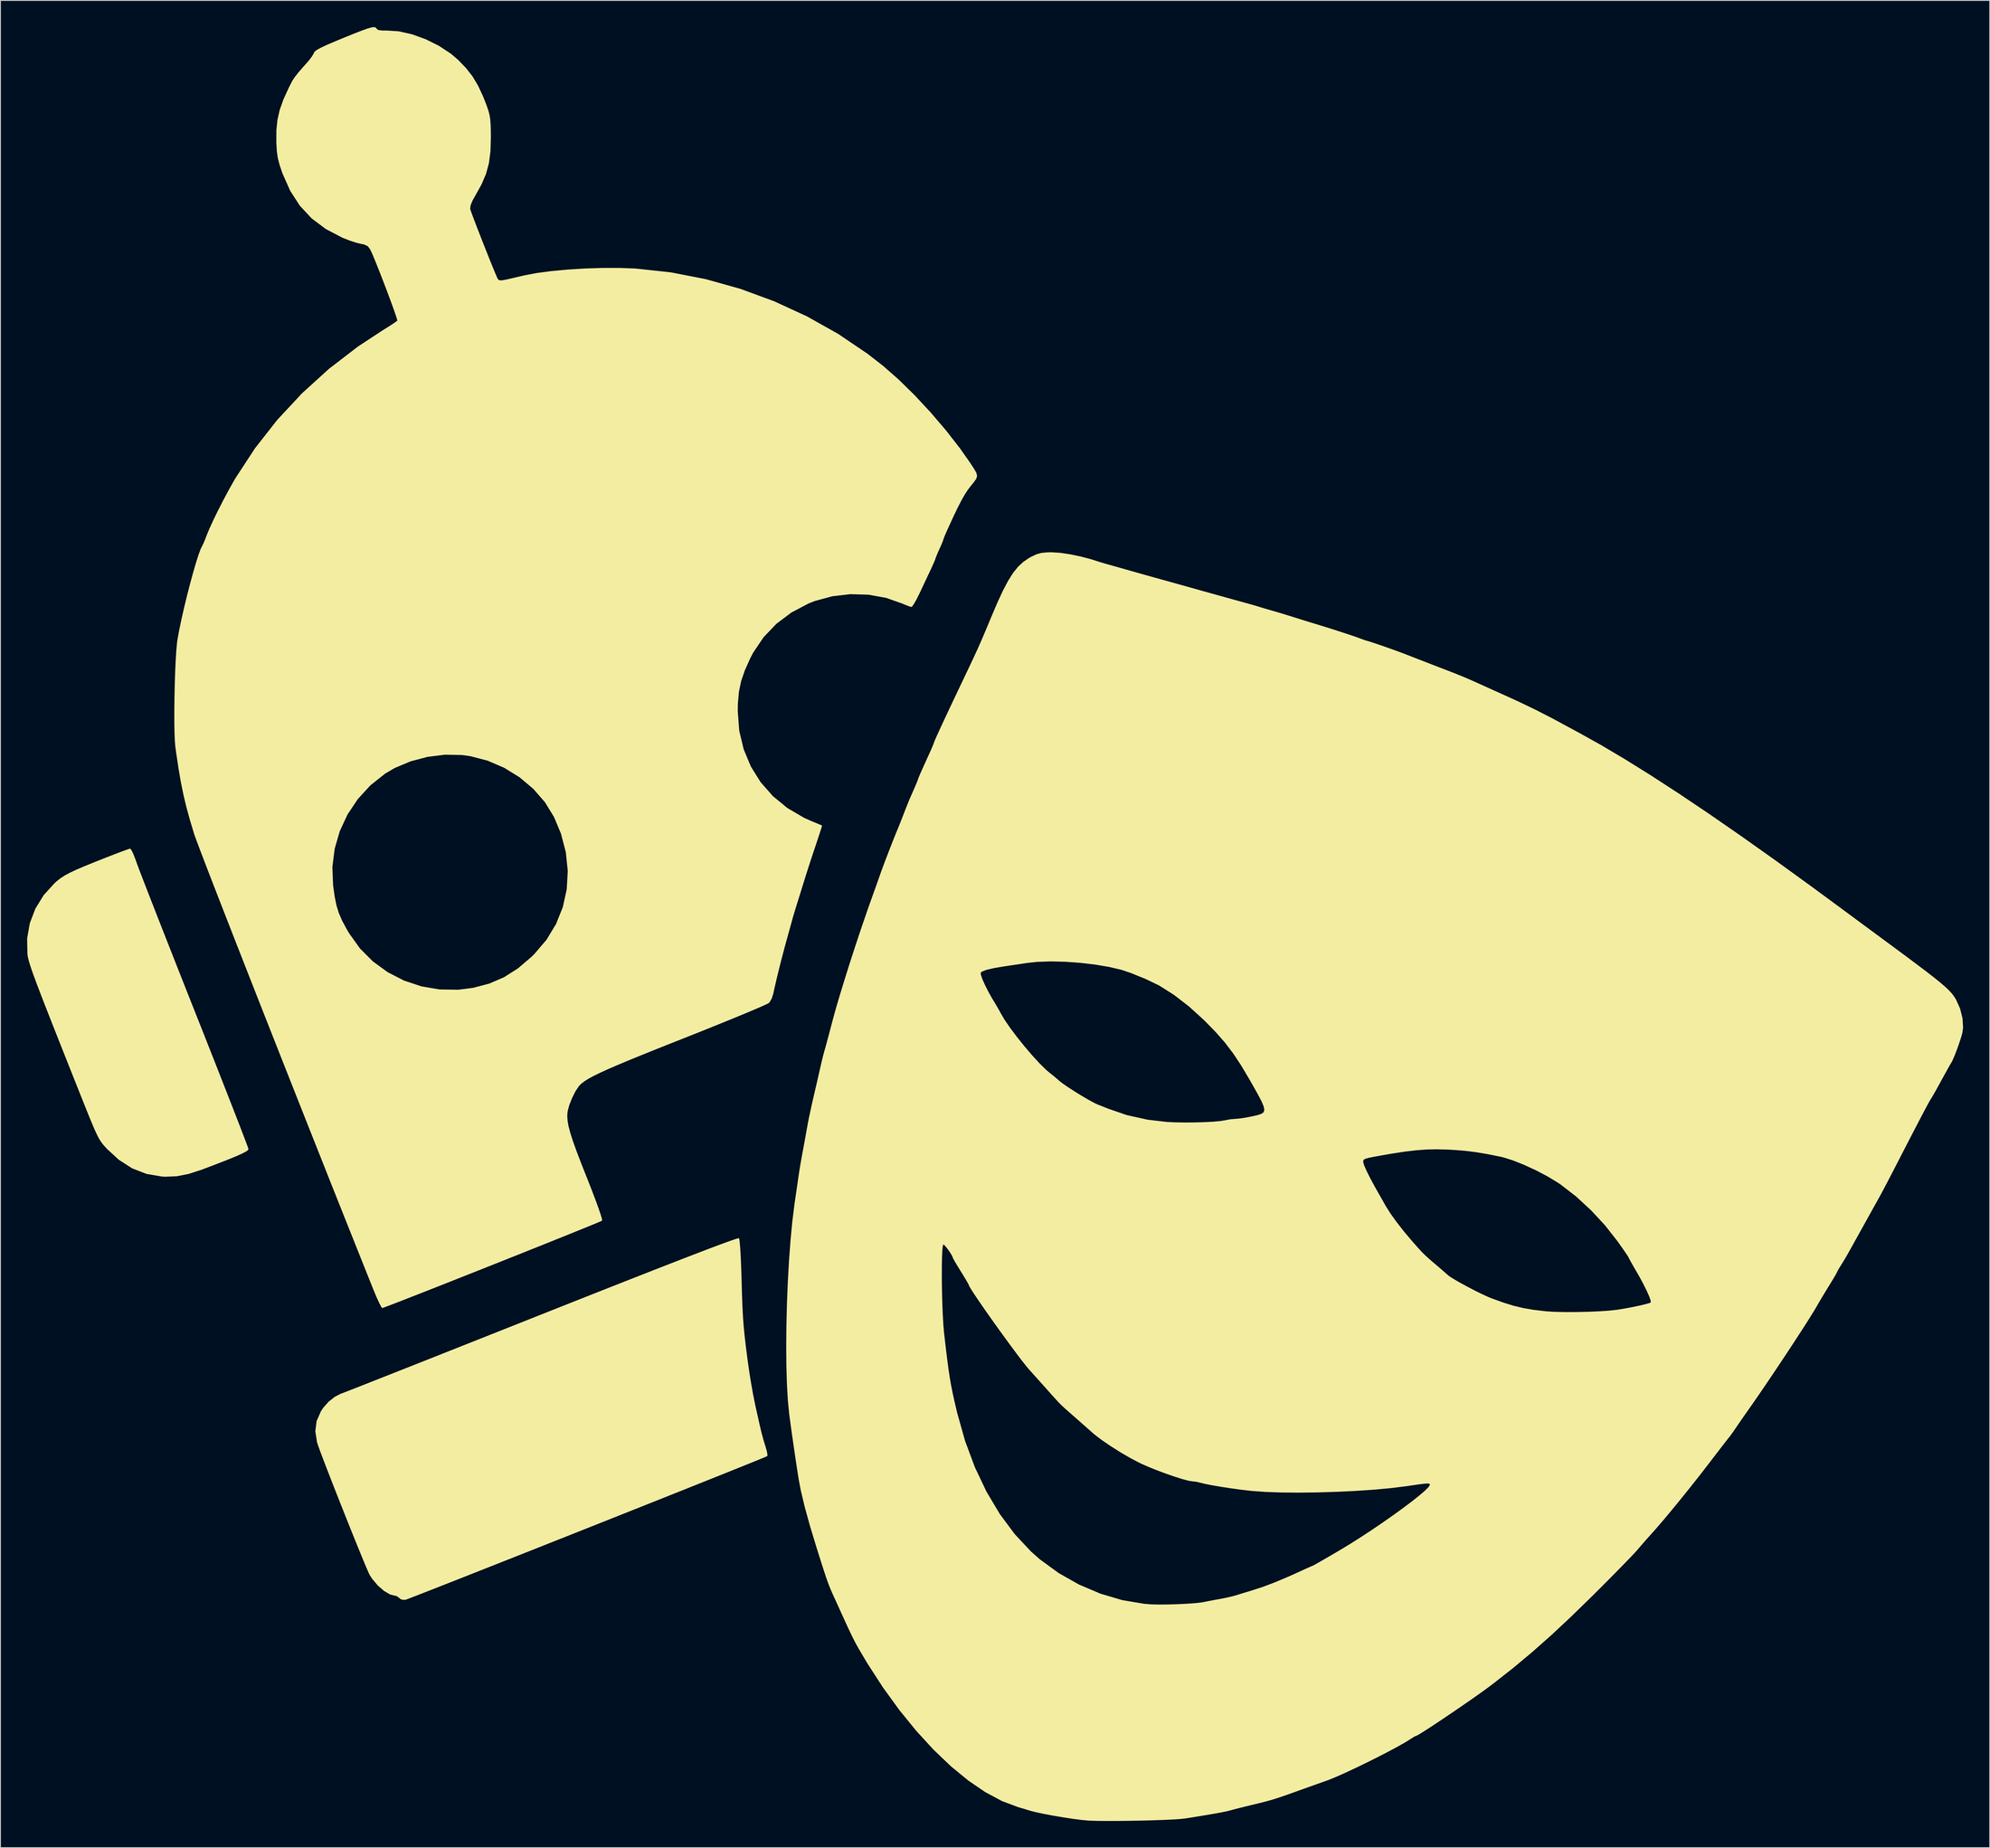
<source format=kicad_pcb>
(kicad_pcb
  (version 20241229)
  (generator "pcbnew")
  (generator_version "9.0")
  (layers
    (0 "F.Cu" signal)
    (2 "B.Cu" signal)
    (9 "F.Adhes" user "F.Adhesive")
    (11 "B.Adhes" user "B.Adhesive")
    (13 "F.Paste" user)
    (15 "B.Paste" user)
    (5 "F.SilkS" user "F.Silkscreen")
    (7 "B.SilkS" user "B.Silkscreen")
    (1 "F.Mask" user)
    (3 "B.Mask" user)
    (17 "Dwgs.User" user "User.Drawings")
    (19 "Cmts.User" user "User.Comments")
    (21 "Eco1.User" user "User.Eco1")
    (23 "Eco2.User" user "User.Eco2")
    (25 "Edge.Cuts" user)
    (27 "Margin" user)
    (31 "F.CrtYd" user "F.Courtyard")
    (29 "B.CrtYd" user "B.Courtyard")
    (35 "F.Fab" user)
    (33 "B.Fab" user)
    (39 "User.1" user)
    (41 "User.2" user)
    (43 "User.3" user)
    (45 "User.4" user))
  (footprint "robotlogoEdwin"
    (layer "F.Cu")
    (at 108.256 101.556)
    (property "Reference" "robotlogoEdwin" (at 0 0 0) (layer "F.SilkS") (effects (font (size 1.5 1.5) (thickness 0.3))))
    (attr board_only exclude_from_pos_files exclude_from_bom)
    (fp_poly (pts (xy -96.527 -8.964) (xy -96.318 -8.542) (xy -96.078 -7.934) (xy -95.978 -7.647) (xy -95.839 -7.264) (xy -95.579 -6.575) (xy -95.207 -5.607) (xy -94.734 -4.384) (xy -94.169 -2.935) (xy -93.524 -1.284) (xy -92.808 0.541) (xy -92.032 2.515) (xy -91.206 4.611) (xy -90.34 6.804) (xy -89.444 9.066) (xy -89.419 9.128) (xy -88.536 11.358) (xy -87.692 13.497) (xy -86.895 15.52) (xy -86.156 17.403) (xy -85.483 19.122) (xy -84.885 20.655) (xy -84.373 21.977) (xy -83.955 23.064) (xy -83.64 23.893) (xy -83.437 24.441) (xy -83.357 24.682) (xy -83.355 24.69) (xy -83.431 24.817) (xy -83.676 24.987) (xy -84.118 25.214) (xy -84.784 25.509) (xy -85.701 25.884) (xy -86.898 26.351) (xy -88.401 26.923) (xy -88.632 27.009) (xy -90.108 27.489) (xy -91.435 27.744) (xy -92.725 27.795) (xy -93.104 27.774) (xy -94.832 27.479) (xy -96.441 26.852) (xy -97.942 25.888) (xy -99.238 24.697) (xy -99.513 24.401) (xy -99.748 24.129) (xy -99.96 23.843) (xy -100.17 23.502) (xy -100.396 23.069) (xy -100.657 22.502) (xy -100.973 21.764) (xy -101.363 20.814) (xy -101.845 19.614) (xy -102.439 18.123) (xy -102.485 18.008) (xy -103.488 15.486) (xy -104.366 13.274) (xy -105.128 11.35) (xy -105.781 9.69) (xy -106.335 8.273) (xy -106.798 7.077) (xy -107.177 6.078) (xy -107.482 5.254) (xy -107.722 4.584) (xy -107.903 4.045) (xy -108.035 3.614) (xy -108.127 3.269) (xy -108.186 2.988) (xy -108.218 2.773) (xy -108.256 1.004) (xy -107.953 -0.723) (xy -107.326 -2.366) (xy -106.392 -3.884) (xy -105.168 -5.234) (xy -104.896 -5.475) (xy -104.492 -5.793) (xy -104.03 -6.093) (xy -103.455 -6.404) (xy -102.711 -6.753) (xy -101.744 -7.166) (xy -100.499 -7.671) (xy -100.394 -7.713) (xy -99.337 -8.132) (xy -98.388 -8.5) (xy -97.598 -8.8) (xy -97.02 -9.012) (xy -96.705 -9.115) (xy -96.667 -9.123)) (stroke (width 0) (type solid)) (fill yes) (layer "F.SilkS"))
    (fp_poly (pts (xy -28.125 34.937) (xy -28.068 35.478) (xy -28.011 36.291) (xy -27.958 37.333) (xy -27.912 38.563) (xy -27.885 39.491) (xy -27.84 41.068) (xy -27.792 42.38) (xy -27.732 43.52) (xy -27.655 44.579) (xy -27.551 45.651) (xy -27.415 46.829) (xy -27.24 48.203) (xy -27.168 48.743) (xy -27.003 49.882) (xy -26.8 51.122) (xy -26.584 52.33) (xy -26.376 53.374) (xy -26.293 53.751) (xy -26.171 54.291) (xy -26.007 55.023) (xy -25.837 55.792) (xy -25.834 55.808) (xy -25.635 56.636) (xy -25.405 57.483) (xy -25.205 58.128) (xy -25.045 58.676) (xy -24.977 59.084) (xy -25.001 59.233) (xy -25.18 59.313) (xy -25.667 59.515) (xy -26.438 59.829) (xy -27.467 60.245) (xy -28.73 60.753) (xy -30.202 61.344) (xy -31.859 62.007) (xy -33.676 62.733) (xy -35.628 63.512) (xy -37.691 64.334) (xy -39.839 65.189) (xy -42.049 66.068) (xy -44.295 66.961) (xy -46.552 67.857) (xy -48.797 68.748) (xy -51.004 69.623) (xy -53.149 70.473) (xy -55.207 71.287) (xy -57.153 72.056) (xy -58.962 72.771) (xy -60.611 73.42) (xy -62.074 73.995) (xy -63.326 74.486) (xy -64.343 74.883) (xy -65.1 75.176) (xy -65.573 75.355) (xy -65.73 75.41) (xy -66.168 75.37) (xy -66.352 75.228) (xy -66.661 74.994) (xy -66.838 74.948) (xy -67.434 74.799) (xy -68.116 74.392) (xy -68.806 73.791) (xy -69.429 73.056) (xy -69.712 72.623) (xy -69.857 72.321) (xy -70.113 71.73) (xy -70.463 70.893) (xy -70.89 69.854) (xy -71.375 68.657) (xy -71.903 67.347) (xy -72.455 65.966) (xy -73.013 64.559) (xy -73.561 63.17) (xy -74.08 61.843) (xy -74.554 60.622) (xy -74.965 59.551) (xy -75.296 58.673) (xy -75.528 58.033) (xy -75.642 57.687) (xy -75.836 56.443) (xy -75.691 55.288) (xy -75.2 54.178) (xy -74.932 53.775) (xy -74.341 53.112) (xy -73.642 52.557) (xy -72.963 52.209) (xy -72.891 52.187) (xy -72.684 52.109) (xy -72.164 51.907) (xy -71.351 51.589) (xy -70.265 51.162) (xy -68.926 50.633) (xy -67.352 50.012) (xy -65.565 49.305) (xy -63.583 48.521) (xy -61.427 47.666) (xy -59.115 46.75) (xy -56.669 45.78) (xy -54.107 44.763) (xy -51.449 43.707) (xy -50.446 43.309) (xy -46.799 41.861) (xy -43.475 40.546) (xy -40.476 39.364) (xy -37.802 38.315) (xy -35.454 37.399) (xy -33.433 36.616) (xy -31.738 35.967) (xy -30.372 35.452) (xy -29.334 35.072) (xy -28.626 34.826) (xy -28.248 34.714) (xy -28.181 34.711)) (stroke (width 0) (type solid)) (fill yes) (layer "F.SilkS"))
    (fp_poly (pts (xy -69.053 -101.512) (xy -68.957 -101.396) (xy -68.944 -101.366) (xy -68.73 -101.219) (xy -68.217 -101.166) (xy -67.838 -101.172) (xy -66.455 -101.084) (xy -64.95 -100.744) (xy -63.412 -100.187) (xy -61.93 -99.449) (xy -60.591 -98.566) (xy -59.806 -97.9) (xy -58.891 -96.956) (xy -58.151 -96.009) (xy -57.524 -94.96) (xy -56.947 -93.713) (xy -56.603 -92.835) (xy -56.39 -92.233) (xy -56.246 -91.707) (xy -56.158 -91.158) (xy -56.111 -90.487) (xy -56.091 -89.595) (xy -56.088 -89.168) (xy -56.134 -87.594) (xy -56.306 -86.255) (xy -56.632 -85.046) (xy -57.139 -83.859) (xy -57.712 -82.824) (xy -58.139 -82.062) (xy -58.367 -81.521) (xy -58.418 -81.144) (xy -58.403 -81.06) (xy -58.304 -80.76) (xy -58.098 -80.197) (xy -57.808 -79.432) (xy -57.457 -78.524) (xy -57.07 -77.533) (xy -56.67 -76.519) (xy -56.28 -75.541) (xy -55.925 -74.66) (xy -55.627 -73.935) (xy -55.411 -73.427) (xy -55.301 -73.197) (xy -55.132 -73.071) (xy -54.805 -73.066) (xy -54.273 -73.169) (xy -53.581 -73.329) (xy -52.772 -73.517) (xy -52.32 -73.621) (xy -50.95 -73.882) (xy -49.307 -74.101) (xy -47.473 -74.273) (xy -45.534 -74.394) (xy -43.57 -74.458) (xy -41.666 -74.46) (xy -39.905 -74.395) (xy -39.799 -74.388) (xy -35.852 -73.962) (xy -31.914 -73.196) (xy -28.023 -72.106) (xy -24.219 -70.706) (xy -20.541 -69.012) (xy -17.03 -67.04) (xy -13.723 -64.805) (xy -11.985 -63.452) (xy -10.238 -61.919) (xy -8.423 -60.14) (xy -6.615 -58.196) (xy -4.886 -56.171) (xy -3.311 -54.146) (xy -2.187 -52.546) (xy -1.74 -51.867) (xy -1.477 -51.401) (xy -1.395 -51.054) (xy -1.49 -50.736) (xy -1.76 -50.352) (xy -2.084 -49.953) (xy -2.434 -49.494) (xy -2.781 -48.964) (xy -3.151 -48.314) (xy -3.572 -47.494) (xy -4.071 -46.454) (xy -4.674 -45.142) (xy -4.804 -44.854) (xy -5.021 -44.356) (xy -5.16 -44.002) (xy -5.187 -43.904) (xy -5.256 -43.699) (xy -5.435 -43.27) (xy -5.635 -42.823) (xy -5.872 -42.288) (xy -6.034 -41.892) (xy -6.082 -41.742) (xy -6.153 -41.54) (xy -6.339 -41.109) (xy -6.6 -40.542) (xy -6.601 -40.54) (xy -6.923 -39.858) (xy -7.325 -39.004) (xy -7.734 -38.133) (xy -7.855 -37.876) (xy -8.187 -37.206) (xy -8.484 -36.679) (xy -8.701 -36.367) (xy -8.776 -36.311) (xy -9.038 -36.381) (xy -9.493 -36.558) (xy -9.773 -36.68) (xy -11.622 -37.334) (xy -13.603 -37.691) (xy -15.646 -37.752) (xy -17.683 -37.516) (xy -19.644 -36.984) (xy -20.355 -36.703) (xy -22.279 -35.69) (xy -23.972 -34.418) (xy -25.413 -32.907) (xy -26.581 -31.175) (xy -26.913 -30.538) (xy -27.524 -29.173) (xy -27.939 -27.957) (xy -28.188 -26.761) (xy -28.303 -25.457) (xy -28.319 -24.595) (xy -28.151 -22.39) (xy -27.656 -20.307) (xy -26.85 -18.369) (xy -25.751 -16.604) (xy -24.375 -15.035) (xy -22.739 -13.689) (xy -20.86 -12.589) (xy -20.101 -12.248) (xy -19.505 -12) (xy -19.058 -11.814) (xy -18.843 -11.725) (xy -18.836 -11.722) (xy -18.877 -11.557) (xy -19.013 -11.118) (xy -19.224 -10.47) (xy -19.488 -9.675) (xy -19.526 -9.565) (xy -19.853 -8.586) (xy -20.186 -7.577) (xy -20.479 -6.669) (xy -20.665 -6.082) (xy -20.929 -5.233) (xy -21.237 -4.242) (xy -21.529 -3.31) (xy -21.558 -3.22) (xy -21.793 -2.462) (xy -22.001 -1.773) (xy -22.149 -1.269) (xy -22.178 -1.163) (xy -22.305 -0.694) (xy -22.484 -0.047) (xy -22.623 0.447) (xy -23.072 2.085) (xy -23.498 3.716) (xy -23.878 5.246) (xy -24.188 6.581) (xy -24.324 7.219) (xy -24.502 7.759) (xy -24.756 8.188) (xy -24.798 8.234) (xy -25.023 8.358) (xy -25.55 8.6) (xy -26.348 8.946) (xy -27.385 9.384) (xy -28.632 9.899) (xy -30.055 10.481) (xy -31.626 11.115) (xy -33.311 11.789) (xy -34.523 12.269) (xy -36.759 13.156) (xy -38.686 13.928) (xy -40.328 14.597) (xy -41.708 15.172) (xy -42.853 15.667) (xy -43.787 16.091) (xy -44.534 16.457) (xy -45.119 16.775) (xy -45.566 17.058) (xy -45.901 17.315) (xy -46.149 17.558) (xy -46.177 17.591) (xy -46.568 18.175) (xy -46.959 18.952) (xy -47.279 19.766) (xy -47.458 20.451) (xy -47.497 20.919) (xy -47.469 21.443) (xy -47.364 22.064) (xy -47.168 22.819) (xy -46.872 23.748) (xy -46.464 24.889) (xy -45.932 26.282) (xy -45.304 27.869) (xy -44.795 29.16) (xy -44.357 30.31) (xy -44.002 31.28) (xy -43.745 32.032) (xy -43.599 32.53) (xy -43.577 32.736) (xy -43.577 32.736) (xy -43.763 32.824) (xy -44.25 33.03) (xy -45.006 33.342) (xy -45.999 33.746) (xy -47.198 34.231) (xy -48.571 34.784) (xy -50.085 35.392) (xy -51.709 36.042) (xy -53.411 36.721) (xy -55.159 37.417) (xy -56.921 38.118) (xy -58.666 38.81) (xy -60.361 39.481) (xy -61.975 40.119) (xy -63.475 40.71) (xy -64.83 41.241) (xy -66.009 41.701) (xy -66.978 42.077) (xy -67.707 42.356) (xy -68.164 42.524) (xy -68.314 42.572) (xy -68.436 42.415) (xy -68.656 41.988) (xy -68.945 41.353) (xy -69.273 40.572) (xy -69.314 40.47) (xy -70.362 37.853) (xy -71.45 35.129) (xy -72.571 32.318) (xy -73.717 29.44) (xy -74.878 26.516) (xy -76.048 23.566) (xy -77.219 20.611) (xy -78.382 17.67) (xy -79.53 14.764) (xy -80.654 11.914) (xy -81.747 9.139) (xy -82.8 6.459) (xy -83.806 3.896) (xy -84.756 1.469) (xy -85.643 -0.801) (xy -86.459 -2.894) (xy -87.196 -4.789) (xy -87.845 -6.467) (xy -88.067 -7.046) (xy -73.917 -7.046) (xy -73.839 -5.008) (xy -73.665 -3.754) (xy -73.462 -2.744) (xy -73.191 -1.865) (xy -72.816 -1.002) (xy -72.297 -0.041) (xy -72.043 0.392) (xy -70.826 2.099) (xy -69.366 3.567) (xy -67.701 4.78) (xy -65.868 5.723) (xy -63.906 6.377) (xy -61.852 6.727) (xy -59.745 6.755) (xy -58.093 6.544) (xy -56.265 6.065) (xy -54.6 5.346) (xy -53.034 4.349) (xy -51.502 3.04) (xy -51.218 2.761) (xy -49.828 1.131) (xy -48.752 -0.65) (xy -47.992 -2.554) (xy -47.553 -4.552) (xy -47.44 -6.614) (xy -47.656 -8.71) (xy -48.206 -10.812) (xy -48.986 -12.677) (xy -50.005 -14.341) (xy -51.308 -15.839) (xy -52.848 -17.138) (xy -54.576 -18.208) (xy -56.445 -19.014) (xy -58.407 -19.526) (xy -59.342 -19.655) (xy -61.262 -19.69) (xy -63.224 -19.444) (xy -65.135 -18.937) (xy -66.904 -18.193) (xy -67.972 -17.567) (xy -69.634 -16.249) (xy -71.053 -14.702) (xy -72.21 -12.968) (xy -73.086 -11.086) (xy -73.661 -9.099) (xy -73.917 -7.046) (xy -88.067 -7.046) (xy -88.398 -7.908) (xy -88.849 -9.09) (xy -89.188 -9.993) (xy -89.408 -10.598) (xy -89.484 -10.822) (xy -89.956 -12.395) (xy -90.345 -13.817) (xy -90.672 -15.184) (xy -90.958 -16.591) (xy -91.223 -18.132) (xy -91.488 -19.903) (xy -91.581 -20.57) (xy -91.639 -21.244) (xy -91.677 -22.208) (xy -91.696 -23.394) (xy -91.696 -24.736) (xy -91.679 -26.167) (xy -91.647 -27.619) (xy -91.601 -29.026) (xy -91.542 -30.32) (xy -91.471 -31.434) (xy -91.391 -32.301) (xy -91.343 -32.644) (xy -91.146 -33.716) (xy -90.893 -34.93) (xy -90.597 -36.23) (xy -90.274 -37.563) (xy -89.937 -38.874) (xy -89.602 -40.109) (xy -89.282 -41.212) (xy -88.991 -42.131) (xy -88.745 -42.809) (xy -88.557 -43.193) (xy -88.554 -43.198) (xy -88.423 -43.459) (xy -88.227 -43.931) (xy -88.099 -44.271) (xy -87.786 -45.04) (xy -87.331 -46.034) (xy -86.777 -47.171) (xy -86.166 -48.368) (xy -85.537 -49.542) (xy -84.934 -50.611) (xy -84.823 -50.8) (xy -82.616 -54.175) (xy -80.112 -57.366) (xy -77.332 -60.352) (xy -74.296 -63.111) (xy -71.027 -65.623) (xy -68.278 -67.428) (xy -67.613 -67.841) (xy -67.069 -68.196) (xy -66.714 -68.445) (xy -66.616 -68.531) (xy -66.656 -68.726) (xy -66.807 -69.196) (xy -67.048 -69.886) (xy -67.359 -70.739) (xy -67.717 -71.698) (xy -68.101 -72.708) (xy -68.489 -73.712) (xy -68.861 -74.653) (xy -69.194 -75.475) (xy -69.468 -76.123) (xy -69.661 -76.538) (xy -69.662 -76.54) (xy -69.936 -76.904) (xy -70.356 -77.101) (xy -70.693 -77.167) (xy -71.234 -77.297) (xy -71.954 -77.532) (xy -72.709 -77.826) (xy -72.806 -77.868) (xy -74.666 -78.841) (xy -76.25 -80.032) (xy -77.578 -81.46) (xy -78.666 -83.143) (xy -79.53 -85.093) (xy -79.848 -86.024) (xy -80.047 -86.788) (xy -80.16 -87.545) (xy -80.216 -88.452) (xy -80.222 -88.632) (xy -80.217 -89.939) (xy -80.097 -91.114) (xy -79.839 -92.248) (xy -79.417 -93.434) (xy -78.809 -94.762) (xy -78.438 -95.49) (xy -78.166 -95.906) (xy -77.727 -96.468) (xy -77.206 -97.068) (xy -77.095 -97.189) (xy -76.61 -97.74) (xy -76.229 -98.234) (xy -76.018 -98.584) (xy -75.997 -98.649) (xy -75.896 -98.812) (xy -75.627 -99.012) (xy -75.152 -99.268) (xy -74.434 -99.6) (xy -73.437 -100.025) (xy -72.8 -100.288) (xy -71.593 -100.779) (xy -70.674 -101.139) (xy -70.001 -101.381) (xy -69.534 -101.517) (xy -69.232 -101.556)) (stroke (width 0) (type solid)) (fill yes) (layer "F.SilkS"))
    (fp_poly (pts (xy 7.922 -42.405) (xy 9.073 -42.235) (xy 10.305 -41.979) (xy 11.491 -41.662) (xy 11.985 -41.502) (xy 12.41 -41.367) (xy 13.016 -41.187) (xy 13.415 -41.073) (xy 14.054 -40.893) (xy 14.885 -40.659) (xy 15.758 -40.411) (xy 16.009 -40.34) (xy 16.818 -40.111) (xy 17.584 -39.895) (xy 18.181 -39.728) (xy 18.335 -39.685) (xy 19.452 -39.375) (xy 20.893 -38.973) (xy 21.465 -38.813) (xy 22.09 -38.639) (xy 22.669 -38.477) (xy 22.806 -38.439) (xy 23.304 -38.299) (xy 23.946 -38.119) (xy 24.237 -38.037) (xy 24.961 -37.835) (xy 25.709 -37.627) (xy 25.937 -37.563) (xy 26.657 -37.364) (xy 27.41 -37.154) (xy 27.546 -37.116) (xy 28.266 -36.916) (xy 29.02 -36.708) (xy 29.156 -36.67) (xy 29.754 -36.501) (xy 30.28 -36.345) (xy 30.408 -36.305) (xy 30.823 -36.178) (xy 31.43 -36) (xy 31.929 -35.857) (xy 32.687 -35.635) (xy 33.572 -35.366) (xy 34.254 -35.152) (xy 35.102 -34.884) (xy 36.069 -34.585) (xy 36.848 -34.348) (xy 37.729 -34.078) (xy 38.684 -33.777) (xy 39.635 -33.47) (xy 40.503 -33.184) (xy 41.212 -32.943) (xy 41.681 -32.773) (xy 41.767 -32.738) (xy 42.244 -32.566) (xy 42.482 -32.499) (xy 42.803 -32.403) (xy 43.365 -32.219) (xy 44.071 -31.979) (xy 44.45 -31.847) (xy 45.349 -31.528) (xy 46.086 -31.26) (xy 46.819 -30.983) (xy 47.704 -30.64) (xy 47.849 -30.583) (xy 48.273 -30.418) (xy 48.891 -30.178) (xy 49.593 -29.906) (xy 50.269 -29.644) (xy 50.809 -29.435) (xy 51.068 -29.336) (xy 52.143 -28.921) (xy 53.017 -28.572) (xy 53.828 -28.23) (xy 54.711 -27.839) (xy 55.272 -27.586) (xy 56.026 -27.244) (xy 56.803 -26.894) (xy 57.329 -26.659) (xy 59.525 -25.659) (xy 61.476 -24.72) (xy 63.278 -23.794) (xy 63.947 -23.435) (xy 64.535 -23.116) (xy 65.296 -22.705) (xy 66.088 -22.278) (xy 66.273 -22.179) (xy 68.764 -20.791) (xy 71.468 -19.188) (xy 74.391 -17.366) (xy 77.537 -15.322) (xy 80.915 -13.052) (xy 84.528 -10.55) (xy 88.385 -7.814) (xy 92.49 -4.839) (xy 95.876 -2.345) (xy 96.769 -1.684) (xy 97.82 -0.907) (xy 98.9 -0.109) (xy 99.879 0.613) (xy 99.901 0.629) (xy 101.65 1.919) (xy 103.135 3.02) (xy 104.379 3.95) (xy 105.407 4.729) (xy 106.243 5.378) (xy 106.911 5.917) (xy 107.437 6.366) (xy 107.844 6.744) (xy 108.156 7.071) (xy 108.399 7.368) (xy 108.597 7.655) (xy 108.709 7.839) (xy 109.177 8.869) (xy 109.454 9.979) (xy 109.515 11.041) (xy 109.435 11.616) (xy 109.283 12.155) (xy 109.055 12.843) (xy 108.792 13.574) (xy 108.531 14.243) (xy 108.312 14.746) (xy 108.209 14.936) (xy 108.141 15.042) (xy 108.029 15.235) (xy 107.848 15.556) (xy 107.574 16.05) (xy 107.183 16.76) (xy 106.652 17.727) (xy 106.466 18.066) (xy 106.185 18.564) (xy 105.962 18.939) (xy 105.888 19.05) (xy 105.759 19.263) (xy 105.499 19.736) (xy 105.104 20.478) (xy 104.568 21.5) (xy 103.886 22.812) (xy 103.053 24.423) (xy 102.173 26.131) (xy 101.65 27.143) (xy 101.162 28.085) (xy 100.739 28.895) (xy 100.413 29.513) (xy 100.218 29.876) (xy 100.212 29.887) (xy 99.941 30.372) (xy 99.582 31.017) (xy 99.275 31.571) (xy 98.918 32.213) (xy 98.587 32.81) (xy 98.38 33.181) (xy 98.135 33.622) (xy 97.795 34.233) (xy 97.486 34.791) (xy 96.996 35.674) (xy 96.638 36.314) (xy 96.371 36.782) (xy 96.154 37.149) (xy 95.948 37.485) (xy 95.796 37.727) (xy 95.529 38.166) (xy 95.364 38.465) (xy 95.339 38.529) (xy 95.251 38.705) (xy 95.014 39.115) (xy 94.669 39.687) (xy 94.427 40.079) (xy 93.965 40.833) (xy 93.517 41.58) (xy 93.157 42.196) (xy 93.057 42.374) (xy 92.733 42.922) (xy 92.239 43.717) (xy 91.604 44.713) (xy 90.86 45.861) (xy 90.039 47.116) (xy 89.171 48.428) (xy 88.289 49.751) (xy 87.422 51.038) (xy 86.602 52.242) (xy 85.86 53.314) (xy 85.49 53.841) (xy 84.982 54.563) (xy 84.501 55.255) (xy 84.117 55.815) (xy 83.97 56.034) (xy 83.635 56.524) (xy 83.337 56.931) (xy 83.268 57.018) (xy 83.079 57.257) (xy 82.713 57.728) (xy 82.211 58.379) (xy 81.613 59.158) (xy 81.04 59.908) (xy 80.006 61.247) (xy 78.915 62.629) (xy 77.816 63.998) (xy 76.756 65.294) (xy 75.783 66.459) (xy 74.944 67.434) (xy 74.48 67.954) (xy 73.903 68.596) (xy 73.308 69.276) (xy 72.87 69.793) (xy 72.577 70.119) (xy 72.065 70.659) (xy 71.37 71.378) (xy 70.526 72.24) (xy 69.57 73.207) (xy 68.537 74.243) (xy 67.793 74.984) (xy 65.42 77.3) (xy 63.196 79.378) (xy 61.059 81.271) (xy 58.951 83.034) (xy 56.81 84.718) (xy 56.256 85.139) (xy 55.61 85.613) (xy 54.808 86.186) (xy 53.893 86.826) (xy 52.912 87.503) (xy 51.911 88.186) (xy 50.934 88.845) (xy 50.029 89.448) (xy 49.239 89.964) (xy 48.611 90.363) (xy 48.191 90.614) (xy 48.03 90.689) (xy 47.809 90.782) (xy 47.448 91.008) (xy 47.429 91.021) (xy 46.83 91.4) (xy 45.97 91.889) (xy 44.914 92.456) (xy 43.729 93.069) (xy 42.48 93.693) (xy 41.234 94.298) (xy 40.056 94.849) (xy 39.012 95.314) (xy 38.17 95.66) (xy 37.885 95.764) (xy 37.408 95.932) (xy 36.694 96.185) (xy 35.846 96.488) (xy 35.059 96.77) (xy 33.918 97.18) (xy 33.032 97.491) (xy 32.319 97.73) (xy 31.699 97.922) (xy 31.09 98.091) (xy 30.412 98.263) (xy 29.604 98.458) (xy 28.753 98.665) (xy 27.98 98.858) (xy 27.383 99.013) (xy 27.099 99.092) (xy 26.695 99.194) (xy 26.047 99.326) (xy 25.129 99.492) (xy 23.914 99.697) (xy 22.376 99.946) (xy 22.001 100.006) (xy 21.46 100.064) (xy 20.626 100.118) (xy 19.565 100.167) (xy 18.342 100.21) (xy 17.022 100.244) (xy 15.671 100.269) (xy 14.353 100.284) (xy 13.135 100.286) (xy 12.081 100.275) (xy 11.256 100.249) (xy 11.09 100.24) (xy 10.312 100.166) (xy 9.324 100.037) (xy 8.219 99.867) (xy 7.091 99.674) (xy 6.032 99.473) (xy 5.137 99.28) (xy 4.499 99.112) (xy 4.472 99.103) (xy 4.02 98.963) (xy 3.425 98.787) (xy 3.22 98.727) (xy 1.406 98.047) (xy -0.473 97.04) (xy -2.397 95.726) (xy -4.346 94.125) (xy -6.299 92.259) (xy -8.236 90.146) (xy -10.137 87.809) (xy -11.981 85.265) (xy -13.748 82.537) (xy -14.796 80.761) (xy -15.131 80.146) (xy -15.504 79.405) (xy -15.949 78.465) (xy -16.414 77.452) (xy -16.726 76.766) (xy -17.1 75.941) (xy -17.43 75.216) (xy -17.67 74.685) (xy -17.869 74.229) (xy -18.048 73.792) (xy -18.226 73.317) (xy -18.423 72.745) (xy -18.662 72.021) (xy -18.961 71.085) (xy -19.341 69.882) (xy -19.464 69.492) (xy -20.205 67.05) (xy -20.792 64.917) (xy -21.225 63.097) (xy -21.47 61.801) (xy -21.627 60.794) (xy -21.81 59.586) (xy -22.002 58.279) (xy -22.19 56.976) (xy -22.358 55.78) (xy -22.492 54.795) (xy -22.531 54.493) (xy -22.681 52.966) (xy -22.786 51.142) (xy -22.847 49.08) (xy -22.866 46.837) (xy -22.844 44.471) (xy -22.783 42.04) (xy -22.685 39.602) (xy -22.639 38.783) (xy -5.364 38.783) (xy -5.355 39.947) (xy -5.332 41.151) (xy -5.297 42.343) (xy -5.249 43.469) (xy -5.189 44.477) (xy -5.117 45.314) (xy -5.103 45.434) (xy -4.918 47.033) (xy -4.759 48.345) (xy -4.614 49.439) (xy -4.472 50.385) (xy -4.321 51.252) (xy -4.151 52.108) (xy -3.95 53.022) (xy -3.707 54.065) (xy -3.632 54.377) (xy -2.745 57.529) (xy -1.641 60.493) (xy -0.333 63.244) (xy 1.163 65.755) (xy 2.832 68.002) (xy 4.66 69.958) (xy 5.662 70.845) (xy 7.775 72.388) (xy 10.064 73.683) (xy 12.472 74.708) (xy 14.939 75.439) (xy 17.406 75.851) (xy 18.156 75.911) (xy 18.94 75.933) (xy 19.905 75.929) (xy 20.958 75.901) (xy 22.004 75.854) (xy 22.948 75.792) (xy 23.696 75.718) (xy 24.058 75.661) (xy 24.63 75.546) (xy 25.369 75.406) (xy 25.937 75.304) (xy 26.679 75.156) (xy 27.397 74.986) (xy 27.815 74.867) (xy 28.465 74.664) (xy 29.179 74.449) (xy 29.335 74.403) (xy 30.674 73.974) (xy 32.125 73.427) (xy 33.763 72.732) (xy 34.764 72.279) (xy 35.443 71.968) (xy 35.988 71.723) (xy 36.326 71.577) (xy 36.399 71.549) (xy 36.563 71.463) (xy 36.986 71.224) (xy 37.619 70.86) (xy 38.413 70.399) (xy 39.319 69.869) (xy 39.321 69.868) (xy 40.494 69.16) (xy 41.728 68.38) (xy 42.986 67.554) (xy 44.232 66.707) (xy 45.429 65.868) (xy 46.541 65.062) (xy 47.531 64.316) (xy 48.361 63.656) (xy 48.997 63.109) (xy 49.401 62.701) (xy 49.536 62.469) (xy 49.523 62.378) (xy 49.439 62.325) (xy 49.231 62.312) (xy 48.848 62.343) (xy 48.238 62.421) (xy 47.348 62.549) (xy 46.865 62.62) (xy 45.208 62.827) (xy 43.313 63.003) (xy 41.253 63.144) (xy 39.101 63.249) (xy 36.93 63.316) (xy 34.813 63.342) (xy 32.823 63.325) (xy 31.033 63.262) (xy 29.517 63.153) (xy 29.369 63.138) (xy 28.311 63.014) (xy 27.188 62.861) (xy 26.083 62.692) (xy 25.082 62.522) (xy 24.266 62.363) (xy 23.722 62.229) (xy 23.719 62.228) (xy 23.204 62.11) (xy 22.815 62.069) (xy 22.386 62.003) (xy 21.702 61.82) (xy 20.839 61.549) (xy 19.87 61.213) (xy 18.87 60.841) (xy 17.913 60.456) (xy 17.074 60.086) (xy 16.876 59.991) (xy 15.838 59.447) (xy 14.72 58.796) (xy 13.614 58.098) (xy 12.614 57.413) (xy 11.811 56.8) (xy 11.594 56.613) (xy 11.202 56.263) (xy 10.63 55.758) (xy 9.972 55.177) (xy 9.57 54.825) (xy 8.943 54.274) (xy 8.486 53.869) (xy 8.132 53.541) (xy 7.813 53.223) (xy 7.461 52.846) (xy 7.008 52.342) (xy 6.387 51.645) (xy 6.35 51.603) (xy 5.747 50.928) (xy 5.193 50.309) (xy 4.753 49.819) (xy 4.507 49.549) (xy 4.153 49.132) (xy 3.659 48.505) (xy 3.055 47.711) (xy 2.372 46.792) (xy 1.64 45.791) (xy 0.889 44.752) (xy 0.151 43.716) (xy -0.544 42.726) (xy -1.166 41.826) (xy -1.684 41.058) (xy -2.067 40.464) (xy -2.286 40.088) (xy -2.325 39.983) (xy -2.414 39.799) (xy -2.653 39.384) (xy -3 38.811) (xy -3.22 38.458) (xy -3.607 37.83) (xy -3.91 37.321) (xy -4.087 37.003) (xy -4.114 36.936) (xy -4.21 36.692) (xy -4.445 36.305) (xy -4.74 35.889) (xy -5.014 35.555) (xy -5.189 35.417) (xy -5.19 35.417) (xy -5.255 35.587) (xy -5.305 36.061) (xy -5.339 36.787) (xy -5.359 37.712) (xy -5.364 38.783) (xy -22.639 38.783) (xy -22.55 37.214) (xy -22.381 34.936) (xy -22.178 32.824) (xy -21.944 30.936) (xy -21.92 30.766) (xy -21.781 29.816) (xy -21.644 28.873) (xy -21.528 28.065) (xy -21.466 27.636) (xy -21.356 26.926) (xy -21.219 26.119) (xy 42.035 26.119) (xy 42.129 26.48) (xy 42.4 27.108) (xy 42.83 27.969) (xy 43.404 29.029) (xy 43.729 29.604) (xy 44.084 30.227) (xy 44.425 30.829) (xy 44.574 31.094) (xy 45.077 31.896) (xy 45.772 32.867) (xy 46.598 33.926) (xy 47.473 34.965) (xy 48.066 35.641) (xy 48.508 36.13) (xy 48.881 36.515) (xy 49.27 36.879) (xy 49.758 37.305) (xy 50.27 37.741) (xy 50.807 38.201) (xy 51.235 38.573) (xy 51.484 38.796) (xy 51.515 38.828) (xy 51.784 39.036) (xy 52.303 39.359) (xy 52.999 39.758) (xy 53.801 40.193) (xy 54.635 40.626) (xy 55.428 41.017) (xy 56.107 41.329) (xy 56.439 41.464) (xy 57.788 41.952) (xy 58.943 42.311) (xy 60.029 42.574) (xy 61.174 42.769) (xy 62.505 42.928) (xy 62.606 42.938) (xy 63.521 42.998) (xy 64.684 43.025) (xy 65.994 43.022) (xy 67.348 42.992) (xy 68.647 42.935) (xy 69.788 42.856) (xy 70.655 42.758) (xy 71.46 42.625) (xy 72.299 42.467) (xy 73.091 42.302) (xy 73.757 42.146) (xy 74.216 42.018) (xy 74.381 41.946) (xy 74.372 41.725) (xy 74.207 41.256) (xy 73.914 40.597) (xy 73.521 39.809) (xy 73.055 38.951) (xy 72.81 38.528) (xy 72.429 37.871) (xy 72.127 37.337) (xy 71.944 36.995) (xy 71.907 36.909) (xy 71.809 36.74) (xy 71.542 36.339) (xy 71.146 35.766) (xy 70.661 35.081) (xy 70.636 35.045) (xy 69.241 33.269) (xy 67.658 31.562) (xy 65.975 30.01) (xy 64.279 28.698) (xy 63.892 28.437) (xy 62.752 27.748) (xy 61.478 27.079) (xy 60.168 26.474) (xy 58.92 25.975) (xy 57.83 25.628) (xy 57.508 25.551) (xy 55.986 25.246) (xy 54.678 25.027) (xy 53.455 24.877) (xy 52.188 24.778) (xy 51.51 24.742) (xy 50.315 24.711) (xy 49.168 24.735) (xy 47.983 24.821) (xy 46.675 24.978) (xy 45.158 25.213) (xy 44.092 25.398) (xy 43.215 25.557) (xy 42.631 25.677) (xy 42.28 25.777) (xy 42.104 25.88) (xy 42.042 26.004) (xy 42.035 26.119) (xy -21.219 26.119) (xy -21.206 26.041) (xy -21.046 25.157) (xy -21.024 25.042) (xy -20.865 24.19) (xy -20.709 23.329) (xy -20.586 22.626) (xy -20.571 22.538) (xy -20.344 21.328) (xy -20.013 19.779) (xy -19.614 18.045) (xy -19.431 17.257) (xy -19.219 16.332) (xy -19.045 15.562) (xy -18.876 14.83) (xy -18.713 14.166) (xy -18.59 13.705) (xy -18.583 13.684) (xy -18.467 13.277) (xy -18.29 12.632) (xy -18.082 11.857) (xy -17.974 11.448) (xy -17.714 10.462) (xy -17.506 9.685) (xy -17.322 9.017) (xy -17.132 8.359) (xy -16.909 7.61) (xy -16.624 6.671) (xy -16.444 6.082) (xy -16.056 4.838) (xy -0.989 4.838) (xy -0.969 5.086) (xy -0.8 5.569) (xy -0.515 6.212) (xy -0.148 6.942) (xy 0.268 7.687) (xy 0.433 7.96) (xy 0.792 8.556) (xy 1.113 9.118) (xy 1.254 9.382) (xy 1.693 10.131) (xy 2.326 11.054) (xy 3.094 12.077) (xy 3.939 13.13) (xy 4.802 14.141) (xy 5.624 15.037) (xy 6.346 15.748) (xy 6.708 16.055) (xy 7.22 16.466) (xy 7.68 16.856) (xy 7.822 16.985) (xy 8.21 17.291) (xy 8.823 17.714) (xy 9.574 18.2) (xy 10.376 18.694) (xy 11.141 19.143) (xy 11.779 19.491) (xy 12.163 19.67) (xy 12.757 19.902) (xy 13.317 20.129) (xy 13.326 20.133) (xy 15.473 20.872) (xy 17.819 21.386) (xy 19.944 21.633) (xy 20.896 21.678) (xy 21.981 21.695) (xy 23.116 21.687) (xy 24.218 21.655) (xy 25.204 21.602) (xy 25.993 21.53) (xy 26.473 21.449) (xy 27.089 21.334) (xy 27.676 21.287) (xy 28.135 21.248) (xy 28.804 21.146) (xy 29.543 21.002) (xy 29.598 20.99) (xy 30.152 20.864) (xy 30.558 20.736) (xy 30.814 20.564) (xy 30.914 20.309) (xy 30.857 19.93) (xy 30.638 19.388) (xy 30.253 18.642) (xy 29.699 17.652) (xy 29.216 16.805) (xy 28.288 15.243) (xy 27.407 13.914) (xy 26.494 12.716) (xy 25.471 11.546) (xy 24.26 10.303) (xy 24.116 10.161) (xy 22.427 8.627) (xy 20.729 7.32) (xy 19.072 6.273) (xy 17.516 5.526) (xy 16.872 5.269) (xy 16.278 5.026) (xy 16.009 4.914) (xy 14.898 4.532) (xy 13.513 4.203) (xy 11.936 3.934) (xy 10.248 3.734) (xy 8.531 3.61) (xy 6.867 3.57) (xy 5.336 3.624) (xy 4.218 3.745) (xy 3.477 3.858) (xy 2.576 3.992) (xy 1.708 4.119) (xy 1.699 4.12) (xy 0.516 4.318) (xy -0.337 4.518) (xy -0.849 4.717) (xy -0.989 4.838) (xy -16.056 4.838) (xy -15.809 4.048) (xy -15.11 1.886) (xy -14.389 -0.276) (xy -13.69 -2.309) (xy -13.239 -3.577) (xy -12.92 -4.466) (xy -12.617 -5.313) (xy -12.367 -6.018) (xy -12.22 -6.439) (xy -12.04 -6.936) (xy -11.769 -7.659) (xy -11.444 -8.509) (xy -11.103 -9.39) (xy -10.783 -10.205) (xy -10.522 -10.855) (xy -10.386 -11.18) (xy -10.246 -11.519) (xy -10.024 -12.076) (xy -9.766 -12.736) (xy -9.745 -12.789) (xy -9.439 -13.575) (xy -9.212 -14.149) (xy -9.012 -14.633) (xy -8.789 -15.149) (xy -8.507 -15.791) (xy -8.269 -16.339) (xy -8.104 -16.743) (xy -8.049 -16.904) (xy -7.981 -17.096) (xy -7.805 -17.515) (xy -7.602 -17.972) (xy -7.256 -18.738) (xy -6.878 -19.572) (xy -6.708 -19.949) (xy -6.472 -20.482) (xy -6.31 -20.869) (xy -6.261 -21.009) (xy -6.182 -21.227) (xy -5.949 -21.762) (xy -5.561 -22.612) (xy -5.022 -23.771) (xy -4.333 -25.238) (xy -3.495 -27.008) (xy -2.77 -28.53) (xy -2.198 -29.734) (xy -1.742 -30.705) (xy -1.361 -31.531) (xy -1.017 -32.302) (xy -0.67 -33.106) (xy -0.28 -34.033) (xy 0.184 -35.149) (xy 0.891 -36.808) (xy 1.52 -38.165) (xy 2.096 -39.259) (xy 2.645 -40.129) (xy 3.194 -40.814) (xy 3.768 -41.355) (xy 4.394 -41.791) (xy 4.692 -41.959) (xy 5.286 -42.239) (xy 5.841 -42.394) (xy 6.511 -42.457) (xy 6.976 -42.465)) (stroke (width 0) (type solid)) (fill yes) (layer "F.SilkS")))
  (gr_rect
    (start -3 -3)
    (end 220.771 204.843)
    (stroke (width 0.1) (type default))
    (fill no)
    (layer "Edge.Cuts")))
</source>
